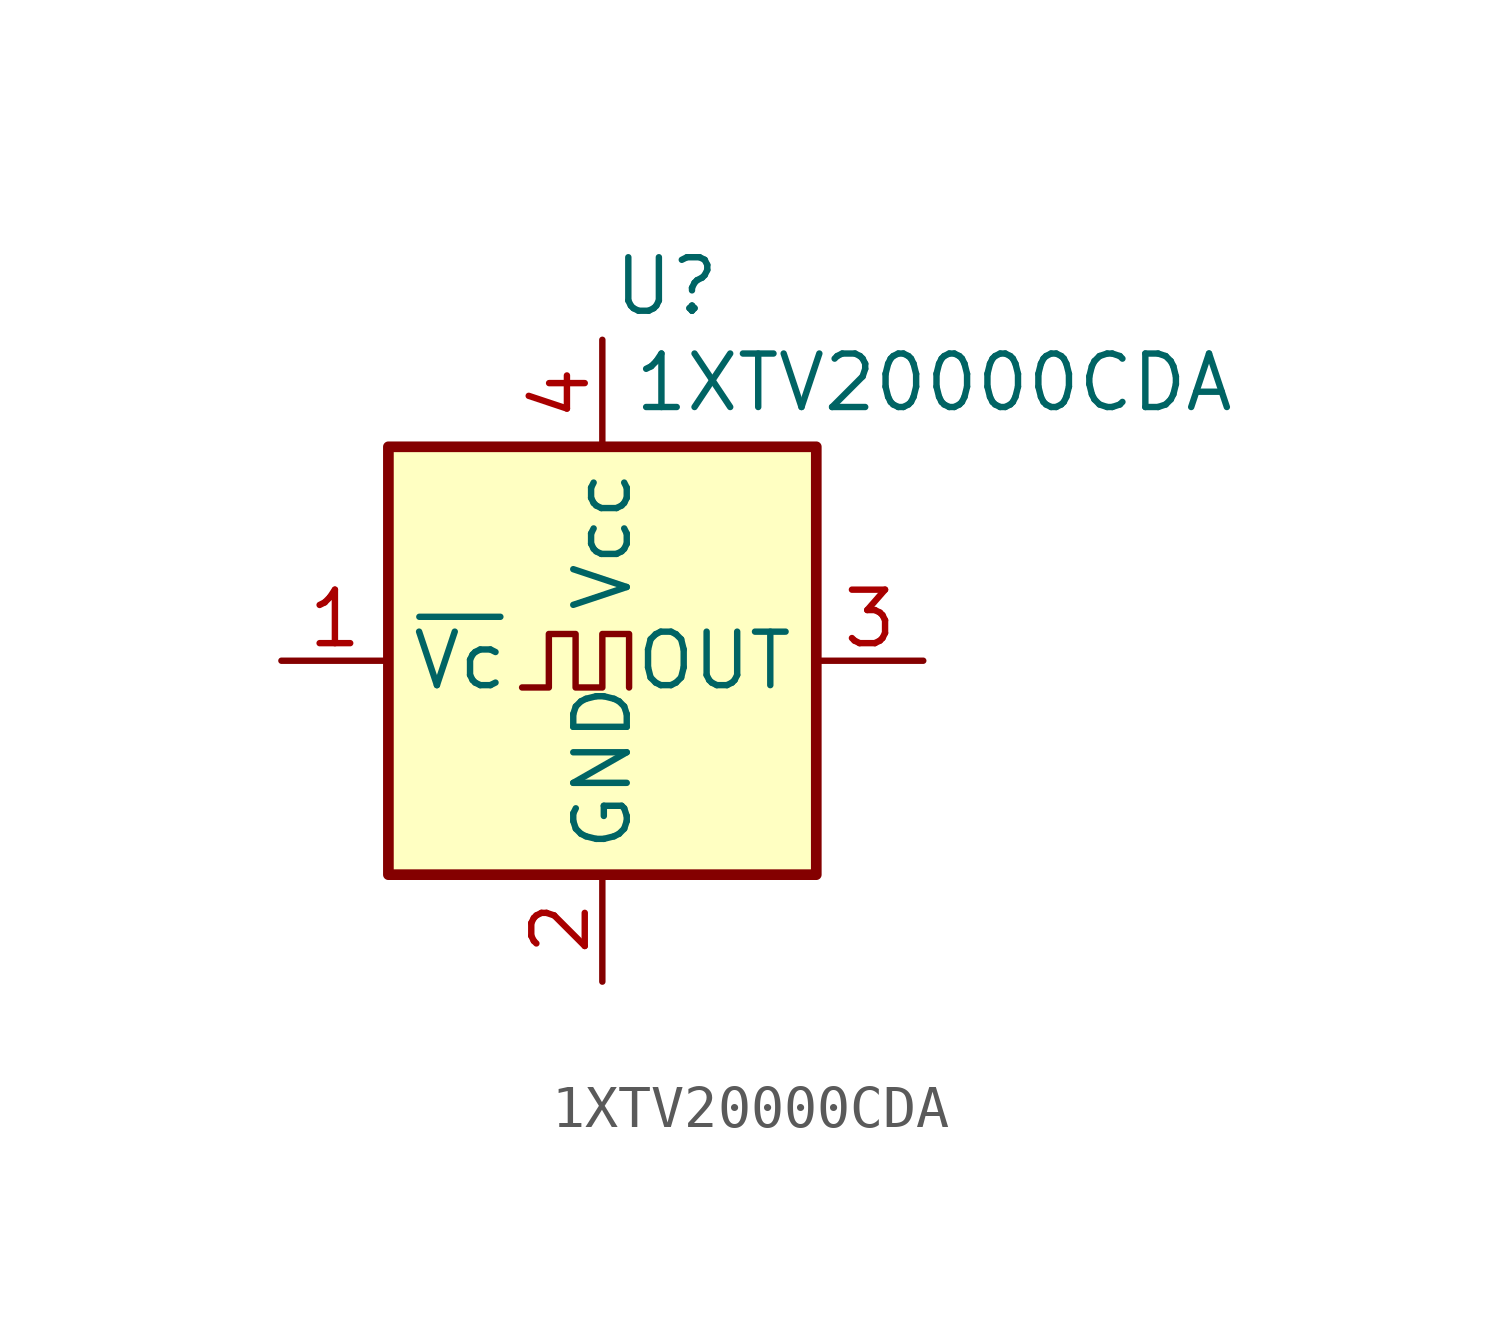
<source format=kicad_sym>
(kicad_symbol_lib
  (version 20241209)
  (generator "kicad_symbol_editor")
  (generator_version "9.0")
  (symbol "1XTV20000CDA"
    (property "Reference" "U"
      (at 1.524 8.89 0)
      (effects (font (size 1.27 1.27))))
    (property "Value" "1XTV20000CDA"
      (at 7.874 6.604 0)
      (effects (font (size 1.27 1.27))))
    (symbol "1XTV20000CDA_0_1"
      (rectangle (start -5.08 5.08) (end 5.08 -5.08) (stroke (width 0.254) (type default)) (fill (type background)))
      (polyline (pts (xy -1.905 -0.635) (xy -1.27 -0.635) (xy -1.27 0.635) (xy -0.635 0.635) (xy -0.635 -0.635) (xy 0 -0.635) (xy 0 0.635) (xy 0.635 0.635) (xy 0.635 -0.635)) (stroke (width 0) (type default)) (fill (type none))))
    (symbol "1XTV20000CDA_1_1"
      (pin input line (at -7.62 0 0) (length 2.54) (name "~{Vc}" (effects (font (size 1.27 1.27)))) (number "1" (effects (font (size 1.27 1.27)))))
      (pin power_in line (at 0 7.62 270) (length 2.54) (name "Vcc" (effects (font (size 1.27 1.27)))) (number "4" (effects (font (size 1.27 1.27)))))
      (pin power_in line (at 0 -7.62 90) (length 2.54) (name "GND" (effects (font (size 1.27 1.27)))) (number "2" (effects (font (size 1.27 1.27)))))
      (pin output line (at 7.62 0 180) (length 2.54) (name "OUT" (effects (font (size 1.27 1.27)))) (number "3" (effects (font (size 1.27 1.27))))))))
</source>
